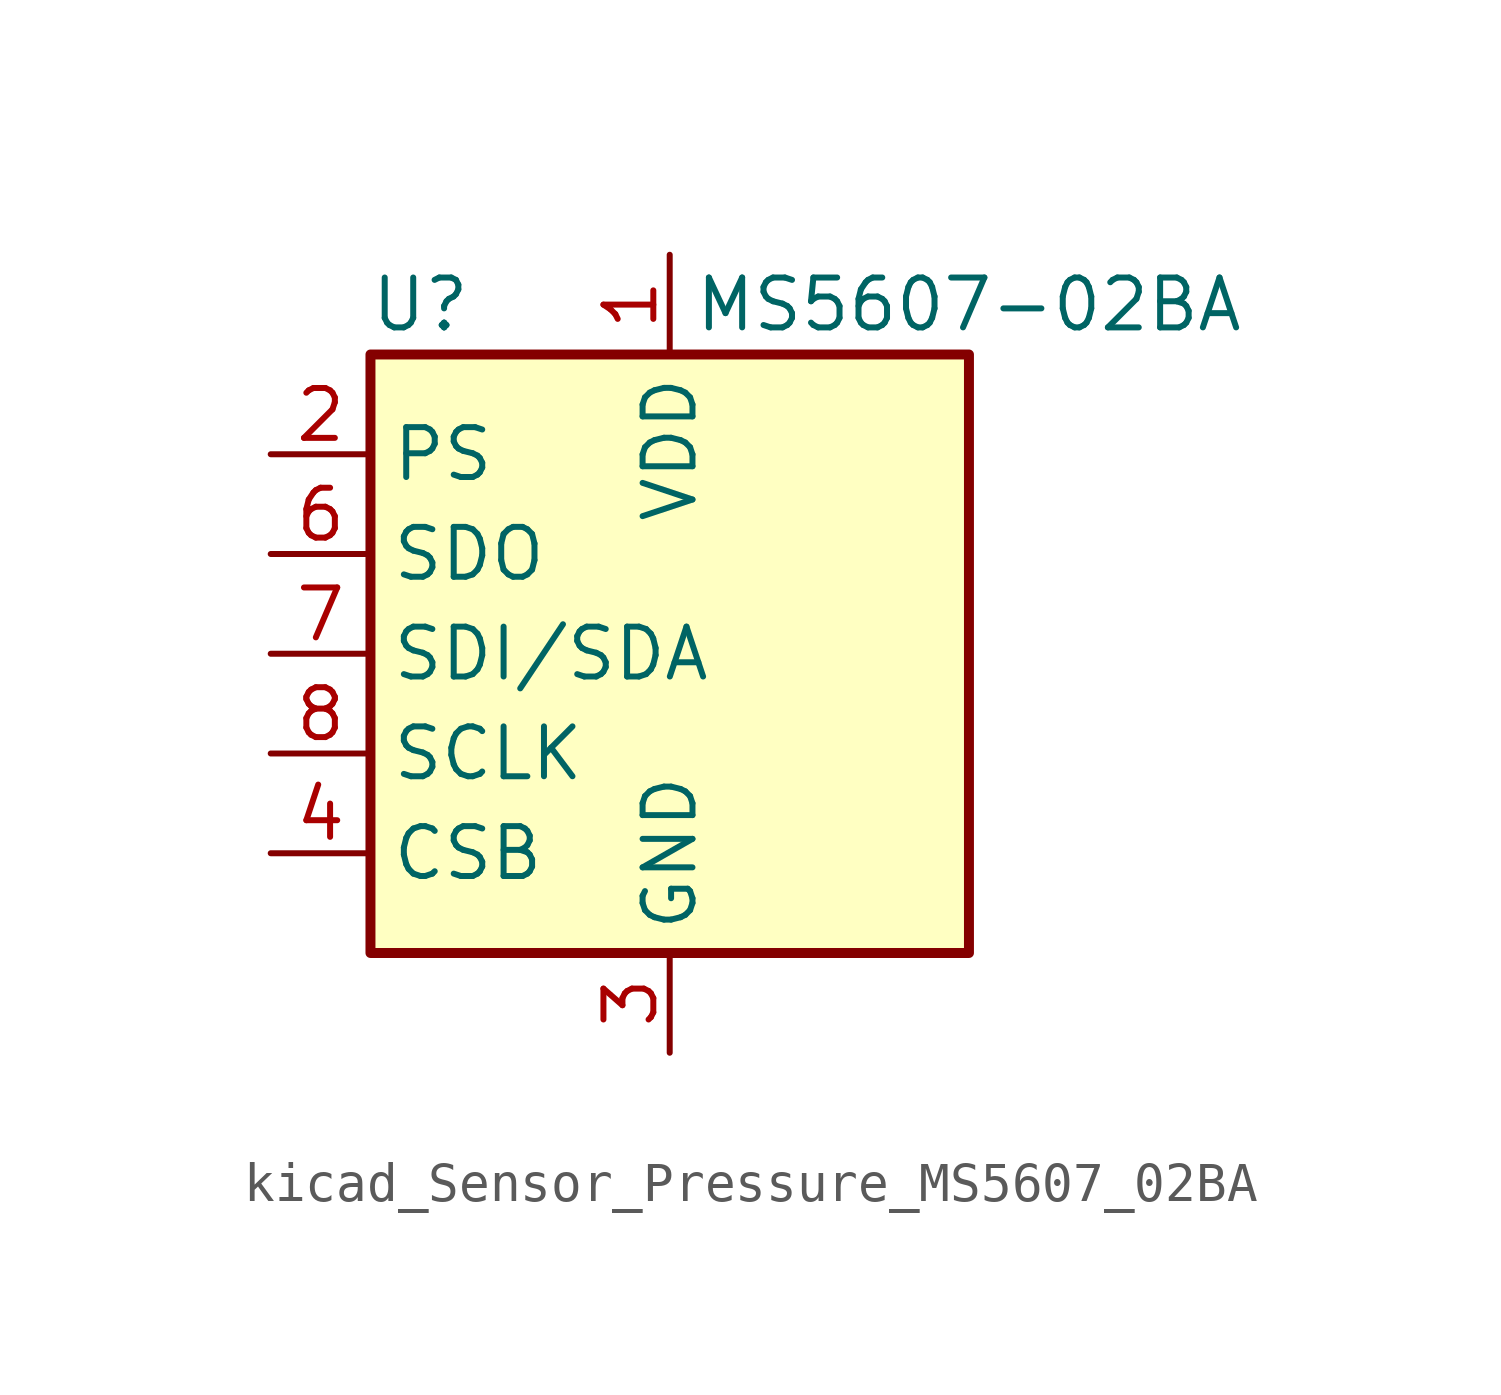
<source format=kicad_sym>
(kicad_symbol_lib
  (version 20220914)
  (generator kicad_symbol_editor)
  (symbol "kicad_Sensor_Pressure_MS5607_02BA"
    (property "Reference" "U"
      (at -6.35 8.89 0)
      (effects (font (size 1.27 1.27))))
    (property "Value" "MS5607-02BA"
      (at 7.62 8.89 0)
      (effects (font (size 1.27 1.27))))
    (symbol "kicad_Sensor_Pressure_MS5607_02BA_0_1"
      (rectangle (start -7.62 7.62) (end 7.62 -7.62) (stroke (width 0.254) (type default)) (fill (type background))))
    (symbol "kicad_Sensor_Pressure_MS5607_02BA_1_1"
      (pin power_in line (at 0 10.16 270) (length 2.54) (name "VDD" (effects (font (size 1.27 1.27)))) (number "1" (effects (font (size 1.27 1.27)))))
      (pin input line (at -10.16 5.08 0) (length 2.54) (name "PS" (effects (font (size 1.27 1.27)))) (number "2" (effects (font (size 1.27 1.27)))))
      (pin power_in line (at 0 -10.16 90) (length 2.54) (name "GND" (effects (font (size 1.27 1.27)))) (number "3" (effects (font (size 1.27 1.27)))))
      (pin input line (at -10.16 -5.08 0) (length 2.54) (name "CSB" (effects (font (size 1.27 1.27)))) (number "4" (effects (font (size 1.27 1.27)))))
      (pin input line (at -10.16 -5.08 0) (length 2.54) hide (name "CSB" (effects (font (size 1.27 1.27)))) (number "5" (effects (font (size 1.27 1.27)))))
      (pin output line (at -10.16 2.54 0) (length 2.54) (name "SDO" (effects (font (size 1.27 1.27)))) (number "6" (effects (font (size 1.27 1.27)))))
      (pin bidirectional line (at -10.16 0 0) (length 2.54) (name "SDI/SDA" (effects (font (size 1.27 1.27)))) (number "7" (effects (font (size 1.27 1.27)))))
      (pin input line (at -10.16 -2.54 0) (length 2.54) (name "SCLK" (effects (font (size 1.27 1.27)))) (number "8" (effects (font (size 1.27 1.27))))))))
</source>
